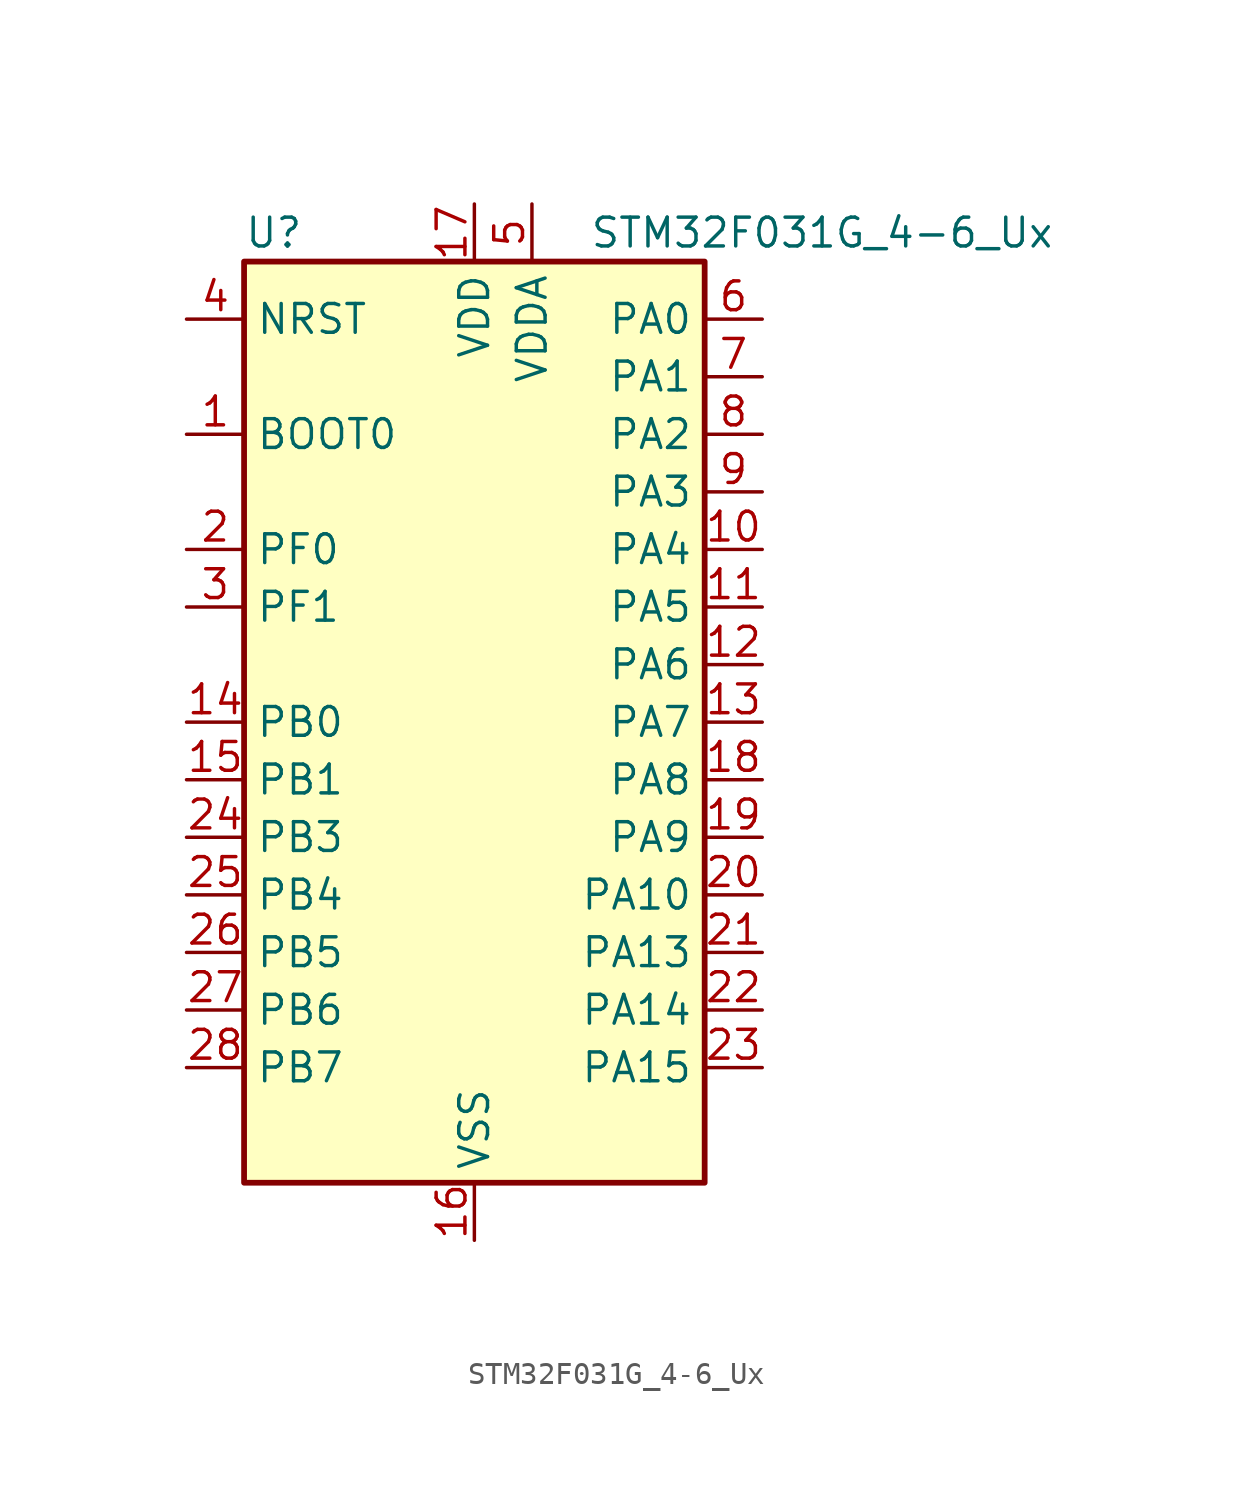
<source format=kicad_sym>
(kicad_symbol_lib
  (version 20231120)
  (generator "kicad_symbol_editor")
  (generator_version "8.0")
  (symbol "STM32F031G_4-6_Ux"
    (property "Reference" "U"
      (at -10.16 21.59 0)
      (effects (font (size 1.27 1.27)) (justify left)))
    (property "Value" "STM32F031G_4-6_Ux"
      (at 5.08 21.59 0)
      (effects (font (size 1.27 1.27)) (justify left)))
    (property "ki_locked" ""
      (at 0 0 0)
      (effects (font (size 1.27 1.27))))
    (symbol "STM32F031G_4-6_Ux_0_1"
      (rectangle (start -10.16 -20.32) (end 10.16 20.32) (stroke (width 0.254) (type default)) (fill (type background))))
    (symbol "STM32F031G_4-6_Ux_1_1"
      (pin input line (at -12.7 12.7 0) (length 2.54) (name "BOOT0" (effects (font (size 1.27 1.27)))) (number "1" (effects (font (size 1.27 1.27)))))
      (pin bidirectional line (at 12.7 7.62 180) (length 2.54) (name "PA4" (effects (font (size 1.27 1.27)))) (number "10" (effects (font (size 1.27 1.27)))) (alternate "ADC_IN4" bidirectional line) (alternate "I2S1_WS" bidirectional line) (alternate "SPI1_NSS" bidirectional line) (alternate "TIM14_CH1" bidirectional line) (alternate "USART1_CK" bidirectional line))
      (pin bidirectional line (at 12.7 5.08 180) (length 2.54) (name "PA5" (effects (font (size 1.27 1.27)))) (number "11" (effects (font (size 1.27 1.27)))) (alternate "ADC_IN5" bidirectional line) (alternate "I2S1_CK" bidirectional line) (alternate "SPI1_SCK" bidirectional line) (alternate "TIM2_CH1" bidirectional line) (alternate "TIM2_ETR" bidirectional line))
      (pin bidirectional line (at 12.7 2.54 180) (length 2.54) (name "PA6" (effects (font (size 1.27 1.27)))) (number "12" (effects (font (size 1.27 1.27)))) (alternate "ADC_IN6" bidirectional line) (alternate "I2S1_MCK" bidirectional line) (alternate "SPI1_MISO" bidirectional line) (alternate "TIM16_CH1" bidirectional line) (alternate "TIM1_BKIN" bidirectional line) (alternate "TIM3_CH1" bidirectional line))
      (pin bidirectional line (at 12.7 0 180) (length 2.54) (name "PA7" (effects (font (size 1.27 1.27)))) (number "13" (effects (font (size 1.27 1.27)))) (alternate "ADC_IN7" bidirectional line) (alternate "I2S1_SD" bidirectional line) (alternate "SPI1_MOSI" bidirectional line) (alternate "TIM14_CH1" bidirectional line) (alternate "TIM17_CH1" bidirectional line) (alternate "TIM1_CH1N" bidirectional line) (alternate "TIM3_CH2" bidirectional line))
      (pin bidirectional line (at -12.7 0 0) (length 2.54) (name "PB0" (effects (font (size 1.27 1.27)))) (number "14" (effects (font (size 1.27 1.27)))) (alternate "ADC_IN8" bidirectional line) (alternate "TIM1_CH2N" bidirectional line) (alternate "TIM3_CH3" bidirectional line))
      (pin bidirectional line (at -12.7 -2.54 0) (length 2.54) (name "PB1" (effects (font (size 1.27 1.27)))) (number "15" (effects (font (size 1.27 1.27)))) (alternate "ADC_IN9" bidirectional line) (alternate "TIM14_CH1" bidirectional line) (alternate "TIM1_CH3N" bidirectional line) (alternate "TIM3_CH4" bidirectional line))
      (pin power_in line (at 0 -22.86 90) (length 2.54) (name "VSS" (effects (font (size 1.27 1.27)))) (number "16" (effects (font (size 1.27 1.27)))))
      (pin power_in line (at 0 22.86 270) (length 2.54) (name "VDD" (effects (font (size 1.27 1.27)))) (number "17" (effects (font (size 1.27 1.27)))))
      (pin bidirectional line (at 12.7 -2.54 180) (length 2.54) (name "PA8" (effects (font (size 1.27 1.27)))) (number "18" (effects (font (size 1.27 1.27)))) (alternate "RCC_MCO" bidirectional line) (alternate "TIM1_CH1" bidirectional line) (alternate "USART1_CK" bidirectional line))
      (pin bidirectional line (at 12.7 -5.08 180) (length 2.54) (name "PA9" (effects (font (size 1.27 1.27)))) (number "19" (effects (font (size 1.27 1.27)))) (alternate "I2C1_SCL" bidirectional line) (alternate "TIM1_CH2" bidirectional line) (alternate "USART1_TX" bidirectional line))
      (pin bidirectional line (at -12.7 7.62 0) (length 2.54) (name "PF0" (effects (font (size 1.27 1.27)))) (number "2" (effects (font (size 1.27 1.27)))) (alternate "RCC_OSC_IN" bidirectional line))
      (pin bidirectional line (at 12.7 -7.62 180) (length 2.54) (name "PA10" (effects (font (size 1.27 1.27)))) (number "20" (effects (font (size 1.27 1.27)))) (alternate "I2C1_SDA" bidirectional line) (alternate "TIM17_BKIN" bidirectional line) (alternate "TIM1_CH3" bidirectional line) (alternate "USART1_RX" bidirectional line))
      (pin bidirectional line (at 12.7 -10.16 180) (length 2.54) (name "PA13" (effects (font (size 1.27 1.27)))) (number "21" (effects (font (size 1.27 1.27)))) (alternate "IR_OUT" bidirectional line) (alternate "SYS_SWDIO" bidirectional line))
      (pin bidirectional line (at 12.7 -12.7 180) (length 2.54) (name "PA14" (effects (font (size 1.27 1.27)))) (number "22" (effects (font (size 1.27 1.27)))) (alternate "SYS_SWCLK" bidirectional line) (alternate "USART1_TX" bidirectional line))
      (pin bidirectional line (at 12.7 -15.24 180) (length 2.54) (name "PA15" (effects (font (size 1.27 1.27)))) (number "23" (effects (font (size 1.27 1.27)))) (alternate "I2S1_WS" bidirectional line) (alternate "SPI1_NSS" bidirectional line) (alternate "TIM2_CH1" bidirectional line) (alternate "TIM2_ETR" bidirectional line) (alternate "USART1_RX" bidirectional line))
      (pin bidirectional line (at -12.7 -5.08 0) (length 2.54) (name "PB3" (effects (font (size 1.27 1.27)))) (number "24" (effects (font (size 1.27 1.27)))) (alternate "I2S1_CK" bidirectional line) (alternate "SPI1_SCK" bidirectional line) (alternate "TIM2_CH2" bidirectional line))
      (pin bidirectional line (at -12.7 -7.62 0) (length 2.54) (name "PB4" (effects (font (size 1.27 1.27)))) (number "25" (effects (font (size 1.27 1.27)))) (alternate "I2S1_MCK" bidirectional line) (alternate "SPI1_MISO" bidirectional line) (alternate "TIM3_CH1" bidirectional line))
      (pin bidirectional line (at -12.7 -10.16 0) (length 2.54) (name "PB5" (effects (font (size 1.27 1.27)))) (number "26" (effects (font (size 1.27 1.27)))) (alternate "I2C1_SMBA" bidirectional line) (alternate "I2S1_SD" bidirectional line) (alternate "SPI1_MOSI" bidirectional line) (alternate "TIM16_BKIN" bidirectional line) (alternate "TIM3_CH2" bidirectional line))
      (pin bidirectional line (at -12.7 -12.7 0) (length 2.54) (name "PB6" (effects (font (size 1.27 1.27)))) (number "27" (effects (font (size 1.27 1.27)))) (alternate "I2C1_SCL" bidirectional line) (alternate "TIM16_CH1N" bidirectional line) (alternate "USART1_TX" bidirectional line))
      (pin bidirectional line (at -12.7 -15.24 0) (length 2.54) (name "PB7" (effects (font (size 1.27 1.27)))) (number "28" (effects (font (size 1.27 1.27)))) (alternate "I2C1_SDA" bidirectional line) (alternate "TIM17_CH1N" bidirectional line) (alternate "USART1_RX" bidirectional line))
      (pin bidirectional line (at -12.7 5.08 0) (length 2.54) (name "PF1" (effects (font (size 1.27 1.27)))) (number "3" (effects (font (size 1.27 1.27)))) (alternate "RCC_OSC_OUT" bidirectional line))
      (pin input line (at -12.7 17.78 0) (length 2.54) (name "NRST" (effects (font (size 1.27 1.27)))) (number "4" (effects (font (size 1.27 1.27)))))
      (pin power_in line (at 2.54 22.86 270) (length 2.54) (name "VDDA" (effects (font (size 1.27 1.27)))) (number "5" (effects (font (size 1.27 1.27)))))
      (pin bidirectional line (at 12.7 17.78 180) (length 2.54) (name "PA0" (effects (font (size 1.27 1.27)))) (number "6" (effects (font (size 1.27 1.27)))) (alternate "ADC_IN0" bidirectional line) (alternate "RTC_TAMP2" bidirectional line) (alternate "SYS_WKUP1" bidirectional line) (alternate "TIM2_CH1" bidirectional line) (alternate "TIM2_ETR" bidirectional line) (alternate "USART1_CTS" bidirectional line))
      (pin bidirectional line (at 12.7 15.24 180) (length 2.54) (name "PA1" (effects (font (size 1.27 1.27)))) (number "7" (effects (font (size 1.27 1.27)))) (alternate "ADC_IN1" bidirectional line) (alternate "TIM2_CH2" bidirectional line) (alternate "USART1_DE" bidirectional line) (alternate "USART1_RTS" bidirectional line))
      (pin bidirectional line (at 12.7 12.7 180) (length 2.54) (name "PA2" (effects (font (size 1.27 1.27)))) (number "8" (effects (font (size 1.27 1.27)))) (alternate "ADC_IN2" bidirectional line) (alternate "TIM2_CH3" bidirectional line) (alternate "USART1_TX" bidirectional line))
      (pin bidirectional line (at 12.7 10.16 180) (length 2.54) (name "PA3" (effects (font (size 1.27 1.27)))) (number "9" (effects (font (size 1.27 1.27)))) (alternate "ADC_IN3" bidirectional line) (alternate "TIM2_CH4" bidirectional line) (alternate "USART1_RX" bidirectional line)))))
</source>
